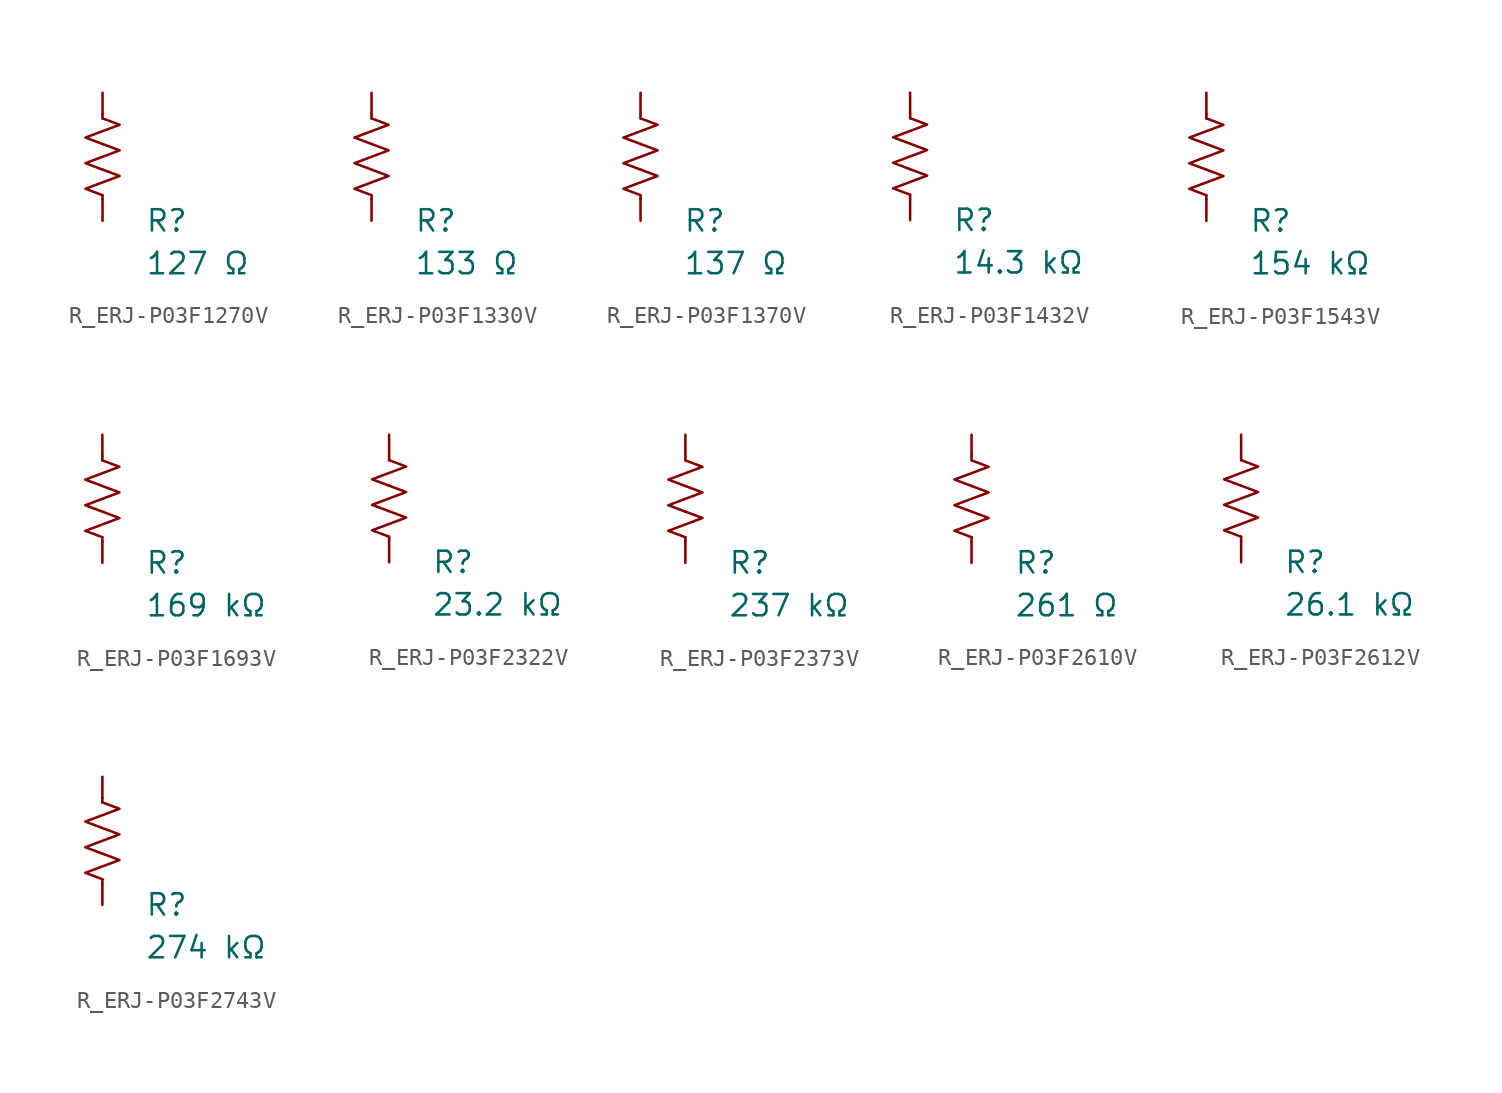
<source format=kicad_sym>
(kicad_symbol_lib
  (version 20231120)
  (generator "kicad_symbol_editor")
  (generator_version "8.0")
  (symbol "R_ERJ-P03F1270V"
    (pin_numbers hide)
    (pin_names
      (offset 0))
    (property "Reference" "R"
      (at 2.54 -3.81 0)
      (effects (font (size 1.27 1.27)) (justify left))
      (show_name no))
    (property "Value" "127 Ω"
      (at 2.54 -6.35 0)
      (effects (font (size 1.27 1.27)) (justify left))
      (show_name no))
    (symbol "R_ERJ-P03F1270V_0_1"
      (polyline (pts (xy 0 -2.286) (xy 0 -2.54)) (stroke (width 0) (type default)) (fill (type none)))
      (polyline (pts (xy 0 2.286) (xy 0 2.54)) (stroke (width 0) (type default)) (fill (type none)))
      (polyline (pts (xy 0 -0.762) (xy 1.016 -1.143) (xy 0 -1.524) (xy -1.016 -1.905) (xy 0 -2.286)) (stroke (width 0) (type default)) (fill (type none)))
      (polyline (pts (xy 0 0.762) (xy 1.016 0.381) (xy 0 0) (xy -1.016 -0.381) (xy 0 -0.762)) (stroke (width 0) (type default)) (fill (type none)))
      (polyline (pts (xy 0 2.286) (xy 1.016 1.905) (xy 0 1.524) (xy -1.016 1.143) (xy 0 0.762)) (stroke (width 0) (type default)) (fill (type none))))
    (symbol "R_ERJ-P03F1270V_1_1"
      (pin passive line (at 0 3.81 270) (length 1.27) (name "~" (effects (font (size 1.27 1.27)))) (number "1" (effects (font (size 1.27 1.27)))))
      (pin passive line (at 0 -3.81 90) (length 1.27) (name "~" (effects (font (size 1.27 1.27)))) (number "2" (effects (font (size 1.27 1.27)))))))
  (symbol "R_ERJ-P03F1330V"
    (pin_numbers hide)
    (pin_names
      (offset 0))
    (property "Reference" "R"
      (at 2.54 -3.81 0)
      (effects (font (size 1.27 1.27)) (justify left))
      (show_name no))
    (property "Value" "133 Ω"
      (at 2.54 -6.35 0)
      (effects (font (size 1.27 1.27)) (justify left))
      (show_name no))
    (symbol "R_ERJ-P03F1330V_0_1"
      (polyline (pts (xy 0 -2.286) (xy 0 -2.54)) (stroke (width 0) (type default)) (fill (type none)))
      (polyline (pts (xy 0 2.286) (xy 0 2.54)) (stroke (width 0) (type default)) (fill (type none)))
      (polyline (pts (xy 0 -0.762) (xy 1.016 -1.143) (xy 0 -1.524) (xy -1.016 -1.905) (xy 0 -2.286)) (stroke (width 0) (type default)) (fill (type none)))
      (polyline (pts (xy 0 0.762) (xy 1.016 0.381) (xy 0 0) (xy -1.016 -0.381) (xy 0 -0.762)) (stroke (width 0) (type default)) (fill (type none)))
      (polyline (pts (xy 0 2.286) (xy 1.016 1.905) (xy 0 1.524) (xy -1.016 1.143) (xy 0 0.762)) (stroke (width 0) (type default)) (fill (type none))))
    (symbol "R_ERJ-P03F1330V_1_1"
      (pin passive line (at 0 3.81 270) (length 1.27) (name "~" (effects (font (size 1.27 1.27)))) (number "1" (effects (font (size 1.27 1.27)))))
      (pin passive line (at 0 -3.81 90) (length 1.27) (name "~" (effects (font (size 1.27 1.27)))) (number "2" (effects (font (size 1.27 1.27)))))))
  (symbol "R_ERJ-P03F1370V"
    (pin_numbers hide)
    (pin_names
      (offset 0))
    (property "Reference" "R"
      (at 2.54 -3.81 0)
      (effects (font (size 1.27 1.27)) (justify left))
      (show_name no))
    (property "Value" "137 Ω"
      (at 2.54 -6.35 0)
      (effects (font (size 1.27 1.27)) (justify left))
      (show_name no))
    (symbol "R_ERJ-P03F1370V_0_1"
      (polyline (pts (xy 0 -2.286) (xy 0 -2.54)) (stroke (width 0) (type default)) (fill (type none)))
      (polyline (pts (xy 0 2.286) (xy 0 2.54)) (stroke (width 0) (type default)) (fill (type none)))
      (polyline (pts (xy 0 -0.762) (xy 1.016 -1.143) (xy 0 -1.524) (xy -1.016 -1.905) (xy 0 -2.286)) (stroke (width 0) (type default)) (fill (type none)))
      (polyline (pts (xy 0 0.762) (xy 1.016 0.381) (xy 0 0) (xy -1.016 -0.381) (xy 0 -0.762)) (stroke (width 0) (type default)) (fill (type none)))
      (polyline (pts (xy 0 2.286) (xy 1.016 1.905) (xy 0 1.524) (xy -1.016 1.143) (xy 0 0.762)) (stroke (width 0) (type default)) (fill (type none))))
    (symbol "R_ERJ-P03F1370V_1_1"
      (pin passive line (at 0 3.81 270) (length 1.27) (name "~" (effects (font (size 1.27 1.27)))) (number "1" (effects (font (size 1.27 1.27)))))
      (pin passive line (at 0 -3.81 90) (length 1.27) (name "~" (effects (font (size 1.27 1.27)))) (number "2" (effects (font (size 1.27 1.27)))))))
  (symbol "R_ERJ-P03F1432V"
    (pin_numbers hide)
    (pin_names
      (offset 0))
    (property "Reference" "R"
      (at 2.54 -3.81 0)
      (effects (font (size 1.27 1.27)) (justify left))
      (show_name no))
    (property "Value" "14.3 kΩ"
      (at 2.54 -6.35 0)
      (effects (font (size 1.27 1.27)) (justify left))
      (show_name no))
    (symbol "R_ERJ-P03F1432V_0_1"
      (polyline (pts (xy 0 -2.286) (xy 0 -2.54)) (stroke (width 0) (type default)) (fill (type none)))
      (polyline (pts (xy 0 2.286) (xy 0 2.54)) (stroke (width 0) (type default)) (fill (type none)))
      (polyline (pts (xy 0 -0.762) (xy 1.016 -1.143) (xy 0 -1.524) (xy -1.016 -1.905) (xy 0 -2.286)) (stroke (width 0) (type default)) (fill (type none)))
      (polyline (pts (xy 0 0.762) (xy 1.016 0.381) (xy 0 0) (xy -1.016 -0.381) (xy 0 -0.762)) (stroke (width 0) (type default)) (fill (type none)))
      (polyline (pts (xy 0 2.286) (xy 1.016 1.905) (xy 0 1.524) (xy -1.016 1.143) (xy 0 0.762)) (stroke (width 0) (type default)) (fill (type none))))
    (symbol "R_ERJ-P03F1432V_1_1"
      (pin passive line (at 0 3.81 270) (length 1.27) (name "~" (effects (font (size 1.27 1.27)))) (number "1" (effects (font (size 1.27 1.27)))))
      (pin passive line (at 0 -3.81 90) (length 1.27) (name "~" (effects (font (size 1.27 1.27)))) (number "2" (effects (font (size 1.27 1.27)))))))
  (symbol "R_ERJ-P03F1543V"
    (pin_numbers hide)
    (pin_names
      (offset 0))
    (property "Reference" "R"
      (at 2.54 -3.81 0)
      (effects (font (size 1.27 1.27)) (justify left))
      (show_name no))
    (property "Value" "154 kΩ"
      (at 2.54 -6.35 0)
      (effects (font (size 1.27 1.27)) (justify left))
      (show_name no))
    (symbol "R_ERJ-P03F1543V_0_1"
      (polyline (pts (xy 0 -2.286) (xy 0 -2.54)) (stroke (width 0) (type default)) (fill (type none)))
      (polyline (pts (xy 0 2.286) (xy 0 2.54)) (stroke (width 0) (type default)) (fill (type none)))
      (polyline (pts (xy 0 -0.762) (xy 1.016 -1.143) (xy 0 -1.524) (xy -1.016 -1.905) (xy 0 -2.286)) (stroke (width 0) (type default)) (fill (type none)))
      (polyline (pts (xy 0 0.762) (xy 1.016 0.381) (xy 0 0) (xy -1.016 -0.381) (xy 0 -0.762)) (stroke (width 0) (type default)) (fill (type none)))
      (polyline (pts (xy 0 2.286) (xy 1.016 1.905) (xy 0 1.524) (xy -1.016 1.143) (xy 0 0.762)) (stroke (width 0) (type default)) (fill (type none))))
    (symbol "R_ERJ-P03F1543V_1_1"
      (pin passive line (at 0 3.81 270) (length 1.27) (name "~" (effects (font (size 1.27 1.27)))) (number "1" (effects (font (size 1.27 1.27)))))
      (pin passive line (at 0 -3.81 90) (length 1.27) (name "~" (effects (font (size 1.27 1.27)))) (number "2" (effects (font (size 1.27 1.27)))))))
  (symbol "R_ERJ-P03F1693V"
    (pin_numbers hide)
    (pin_names
      (offset 0))
    (property "Reference" "R"
      (at 2.54 -3.81 0)
      (effects (font (size 1.27 1.27)) (justify left))
      (show_name no))
    (property "Value" "169 kΩ"
      (at 2.54 -6.35 0)
      (effects (font (size 1.27 1.27)) (justify left))
      (show_name no))
    (symbol "R_ERJ-P03F1693V_0_1"
      (polyline (pts (xy 0 -2.286) (xy 0 -2.54)) (stroke (width 0) (type default)) (fill (type none)))
      (polyline (pts (xy 0 2.286) (xy 0 2.54)) (stroke (width 0) (type default)) (fill (type none)))
      (polyline (pts (xy 0 -0.762) (xy 1.016 -1.143) (xy 0 -1.524) (xy -1.016 -1.905) (xy 0 -2.286)) (stroke (width 0) (type default)) (fill (type none)))
      (polyline (pts (xy 0 0.762) (xy 1.016 0.381) (xy 0 0) (xy -1.016 -0.381) (xy 0 -0.762)) (stroke (width 0) (type default)) (fill (type none)))
      (polyline (pts (xy 0 2.286) (xy 1.016 1.905) (xy 0 1.524) (xy -1.016 1.143) (xy 0 0.762)) (stroke (width 0) (type default)) (fill (type none))))
    (symbol "R_ERJ-P03F1693V_1_1"
      (pin passive line (at 0 3.81 270) (length 1.27) (name "~" (effects (font (size 1.27 1.27)))) (number "1" (effects (font (size 1.27 1.27)))))
      (pin passive line (at 0 -3.81 90) (length 1.27) (name "~" (effects (font (size 1.27 1.27)))) (number "2" (effects (font (size 1.27 1.27)))))))
  (symbol "R_ERJ-P03F2322V"
    (pin_numbers hide)
    (pin_names
      (offset 0))
    (property "Reference" "R"
      (at 2.54 -3.81 0)
      (effects (font (size 1.27 1.27)) (justify left))
      (show_name no))
    (property "Value" "23.2 kΩ"
      (at 2.54 -6.35 0)
      (effects (font (size 1.27 1.27)) (justify left))
      (show_name no))
    (symbol "R_ERJ-P03F2322V_0_1"
      (polyline (pts (xy 0 -2.286) (xy 0 -2.54)) (stroke (width 0) (type default)) (fill (type none)))
      (polyline (pts (xy 0 2.286) (xy 0 2.54)) (stroke (width 0) (type default)) (fill (type none)))
      (polyline (pts (xy 0 -0.762) (xy 1.016 -1.143) (xy 0 -1.524) (xy -1.016 -1.905) (xy 0 -2.286)) (stroke (width 0) (type default)) (fill (type none)))
      (polyline (pts (xy 0 0.762) (xy 1.016 0.381) (xy 0 0) (xy -1.016 -0.381) (xy 0 -0.762)) (stroke (width 0) (type default)) (fill (type none)))
      (polyline (pts (xy 0 2.286) (xy 1.016 1.905) (xy 0 1.524) (xy -1.016 1.143) (xy 0 0.762)) (stroke (width 0) (type default)) (fill (type none))))
    (symbol "R_ERJ-P03F2322V_1_1"
      (pin passive line (at 0 3.81 270) (length 1.27) (name "~" (effects (font (size 1.27 1.27)))) (number "1" (effects (font (size 1.27 1.27)))))
      (pin passive line (at 0 -3.81 90) (length 1.27) (name "~" (effects (font (size 1.27 1.27)))) (number "2" (effects (font (size 1.27 1.27)))))))
  (symbol "R_ERJ-P03F2373V"
    (pin_numbers hide)
    (pin_names
      (offset 0))
    (property "Reference" "R"
      (at 2.54 -3.81 0)
      (effects (font (size 1.27 1.27)) (justify left))
      (show_name no))
    (property "Value" "237 kΩ"
      (at 2.54 -6.35 0)
      (effects (font (size 1.27 1.27)) (justify left))
      (show_name no))
    (symbol "R_ERJ-P03F2373V_0_1"
      (polyline (pts (xy 0 -2.286) (xy 0 -2.54)) (stroke (width 0) (type default)) (fill (type none)))
      (polyline (pts (xy 0 2.286) (xy 0 2.54)) (stroke (width 0) (type default)) (fill (type none)))
      (polyline (pts (xy 0 -0.762) (xy 1.016 -1.143) (xy 0 -1.524) (xy -1.016 -1.905) (xy 0 -2.286)) (stroke (width 0) (type default)) (fill (type none)))
      (polyline (pts (xy 0 0.762) (xy 1.016 0.381) (xy 0 0) (xy -1.016 -0.381) (xy 0 -0.762)) (stroke (width 0) (type default)) (fill (type none)))
      (polyline (pts (xy 0 2.286) (xy 1.016 1.905) (xy 0 1.524) (xy -1.016 1.143) (xy 0 0.762)) (stroke (width 0) (type default)) (fill (type none))))
    (symbol "R_ERJ-P03F2373V_1_1"
      (pin passive line (at 0 3.81 270) (length 1.27) (name "~" (effects (font (size 1.27 1.27)))) (number "1" (effects (font (size 1.27 1.27)))))
      (pin passive line (at 0 -3.81 90) (length 1.27) (name "~" (effects (font (size 1.27 1.27)))) (number "2" (effects (font (size 1.27 1.27)))))))
  (symbol "R_ERJ-P03F2610V"
    (pin_numbers hide)
    (pin_names
      (offset 0))
    (property "Reference" "R"
      (at 2.54 -3.81 0)
      (effects (font (size 1.27 1.27)) (justify left))
      (show_name no))
    (property "Value" "261 Ω"
      (at 2.54 -6.35 0)
      (effects (font (size 1.27 1.27)) (justify left))
      (show_name no))
    (symbol "R_ERJ-P03F2610V_0_1"
      (polyline (pts (xy 0 -2.286) (xy 0 -2.54)) (stroke (width 0) (type default)) (fill (type none)))
      (polyline (pts (xy 0 2.286) (xy 0 2.54)) (stroke (width 0) (type default)) (fill (type none)))
      (polyline (pts (xy 0 -0.762) (xy 1.016 -1.143) (xy 0 -1.524) (xy -1.016 -1.905) (xy 0 -2.286)) (stroke (width 0) (type default)) (fill (type none)))
      (polyline (pts (xy 0 0.762) (xy 1.016 0.381) (xy 0 0) (xy -1.016 -0.381) (xy 0 -0.762)) (stroke (width 0) (type default)) (fill (type none)))
      (polyline (pts (xy 0 2.286) (xy 1.016 1.905) (xy 0 1.524) (xy -1.016 1.143) (xy 0 0.762)) (stroke (width 0) (type default)) (fill (type none))))
    (symbol "R_ERJ-P03F2610V_1_1"
      (pin passive line (at 0 3.81 270) (length 1.27) (name "~" (effects (font (size 1.27 1.27)))) (number "1" (effects (font (size 1.27 1.27)))))
      (pin passive line (at 0 -3.81 90) (length 1.27) (name "~" (effects (font (size 1.27 1.27)))) (number "2" (effects (font (size 1.27 1.27)))))))
  (symbol "R_ERJ-P03F2612V"
    (pin_numbers hide)
    (pin_names
      (offset 0))
    (property "Reference" "R"
      (at 2.54 -3.81 0)
      (effects (font (size 1.27 1.27)) (justify left))
      (show_name no))
    (property "Value" "26.1 kΩ"
      (at 2.54 -6.35 0)
      (effects (font (size 1.27 1.27)) (justify left))
      (show_name no))
    (symbol "R_ERJ-P03F2612V_0_1"
      (polyline (pts (xy 0 -2.286) (xy 0 -2.54)) (stroke (width 0) (type default)) (fill (type none)))
      (polyline (pts (xy 0 2.286) (xy 0 2.54)) (stroke (width 0) (type default)) (fill (type none)))
      (polyline (pts (xy 0 -0.762) (xy 1.016 -1.143) (xy 0 -1.524) (xy -1.016 -1.905) (xy 0 -2.286)) (stroke (width 0) (type default)) (fill (type none)))
      (polyline (pts (xy 0 0.762) (xy 1.016 0.381) (xy 0 0) (xy -1.016 -0.381) (xy 0 -0.762)) (stroke (width 0) (type default)) (fill (type none)))
      (polyline (pts (xy 0 2.286) (xy 1.016 1.905) (xy 0 1.524) (xy -1.016 1.143) (xy 0 0.762)) (stroke (width 0) (type default)) (fill (type none))))
    (symbol "R_ERJ-P03F2612V_1_1"
      (pin passive line (at 0 3.81 270) (length 1.27) (name "~" (effects (font (size 1.27 1.27)))) (number "1" (effects (font (size 1.27 1.27)))))
      (pin passive line (at 0 -3.81 90) (length 1.27) (name "~" (effects (font (size 1.27 1.27)))) (number "2" (effects (font (size 1.27 1.27)))))))
  (symbol "R_ERJ-P03F2743V"
    (pin_numbers hide)
    (pin_names
      (offset 0))
    (property "Reference" "R"
      (at 2.54 -3.81 0)
      (effects (font (size 1.27 1.27)) (justify left))
      (show_name no))
    (property "Value" "274 kΩ"
      (at 2.54 -6.35 0)
      (effects (font (size 1.27 1.27)) (justify left))
      (show_name no))
    (symbol "R_ERJ-P03F2743V_0_1"
      (polyline (pts (xy 0 -2.286) (xy 0 -2.54)) (stroke (width 0) (type default)) (fill (type none)))
      (polyline (pts (xy 0 2.286) (xy 0 2.54)) (stroke (width 0) (type default)) (fill (type none)))
      (polyline (pts (xy 0 -0.762) (xy 1.016 -1.143) (xy 0 -1.524) (xy -1.016 -1.905) (xy 0 -2.286)) (stroke (width 0) (type default)) (fill (type none)))
      (polyline (pts (xy 0 0.762) (xy 1.016 0.381) (xy 0 0) (xy -1.016 -0.381) (xy 0 -0.762)) (stroke (width 0) (type default)) (fill (type none)))
      (polyline (pts (xy 0 2.286) (xy 1.016 1.905) (xy 0 1.524) (xy -1.016 1.143) (xy 0 0.762)) (stroke (width 0) (type default)) (fill (type none))))
    (symbol "R_ERJ-P03F2743V_1_1"
      (pin passive line (at 0 3.81 270) (length 1.27) (name "~" (effects (font (size 1.27 1.27)))) (number "1" (effects (font (size 1.27 1.27)))))
      (pin passive line (at 0 -3.81 90) (length 1.27) (name "~" (effects (font (size 1.27 1.27)))) (number "2" (effects (font (size 1.27 1.27))))))))
</source>
